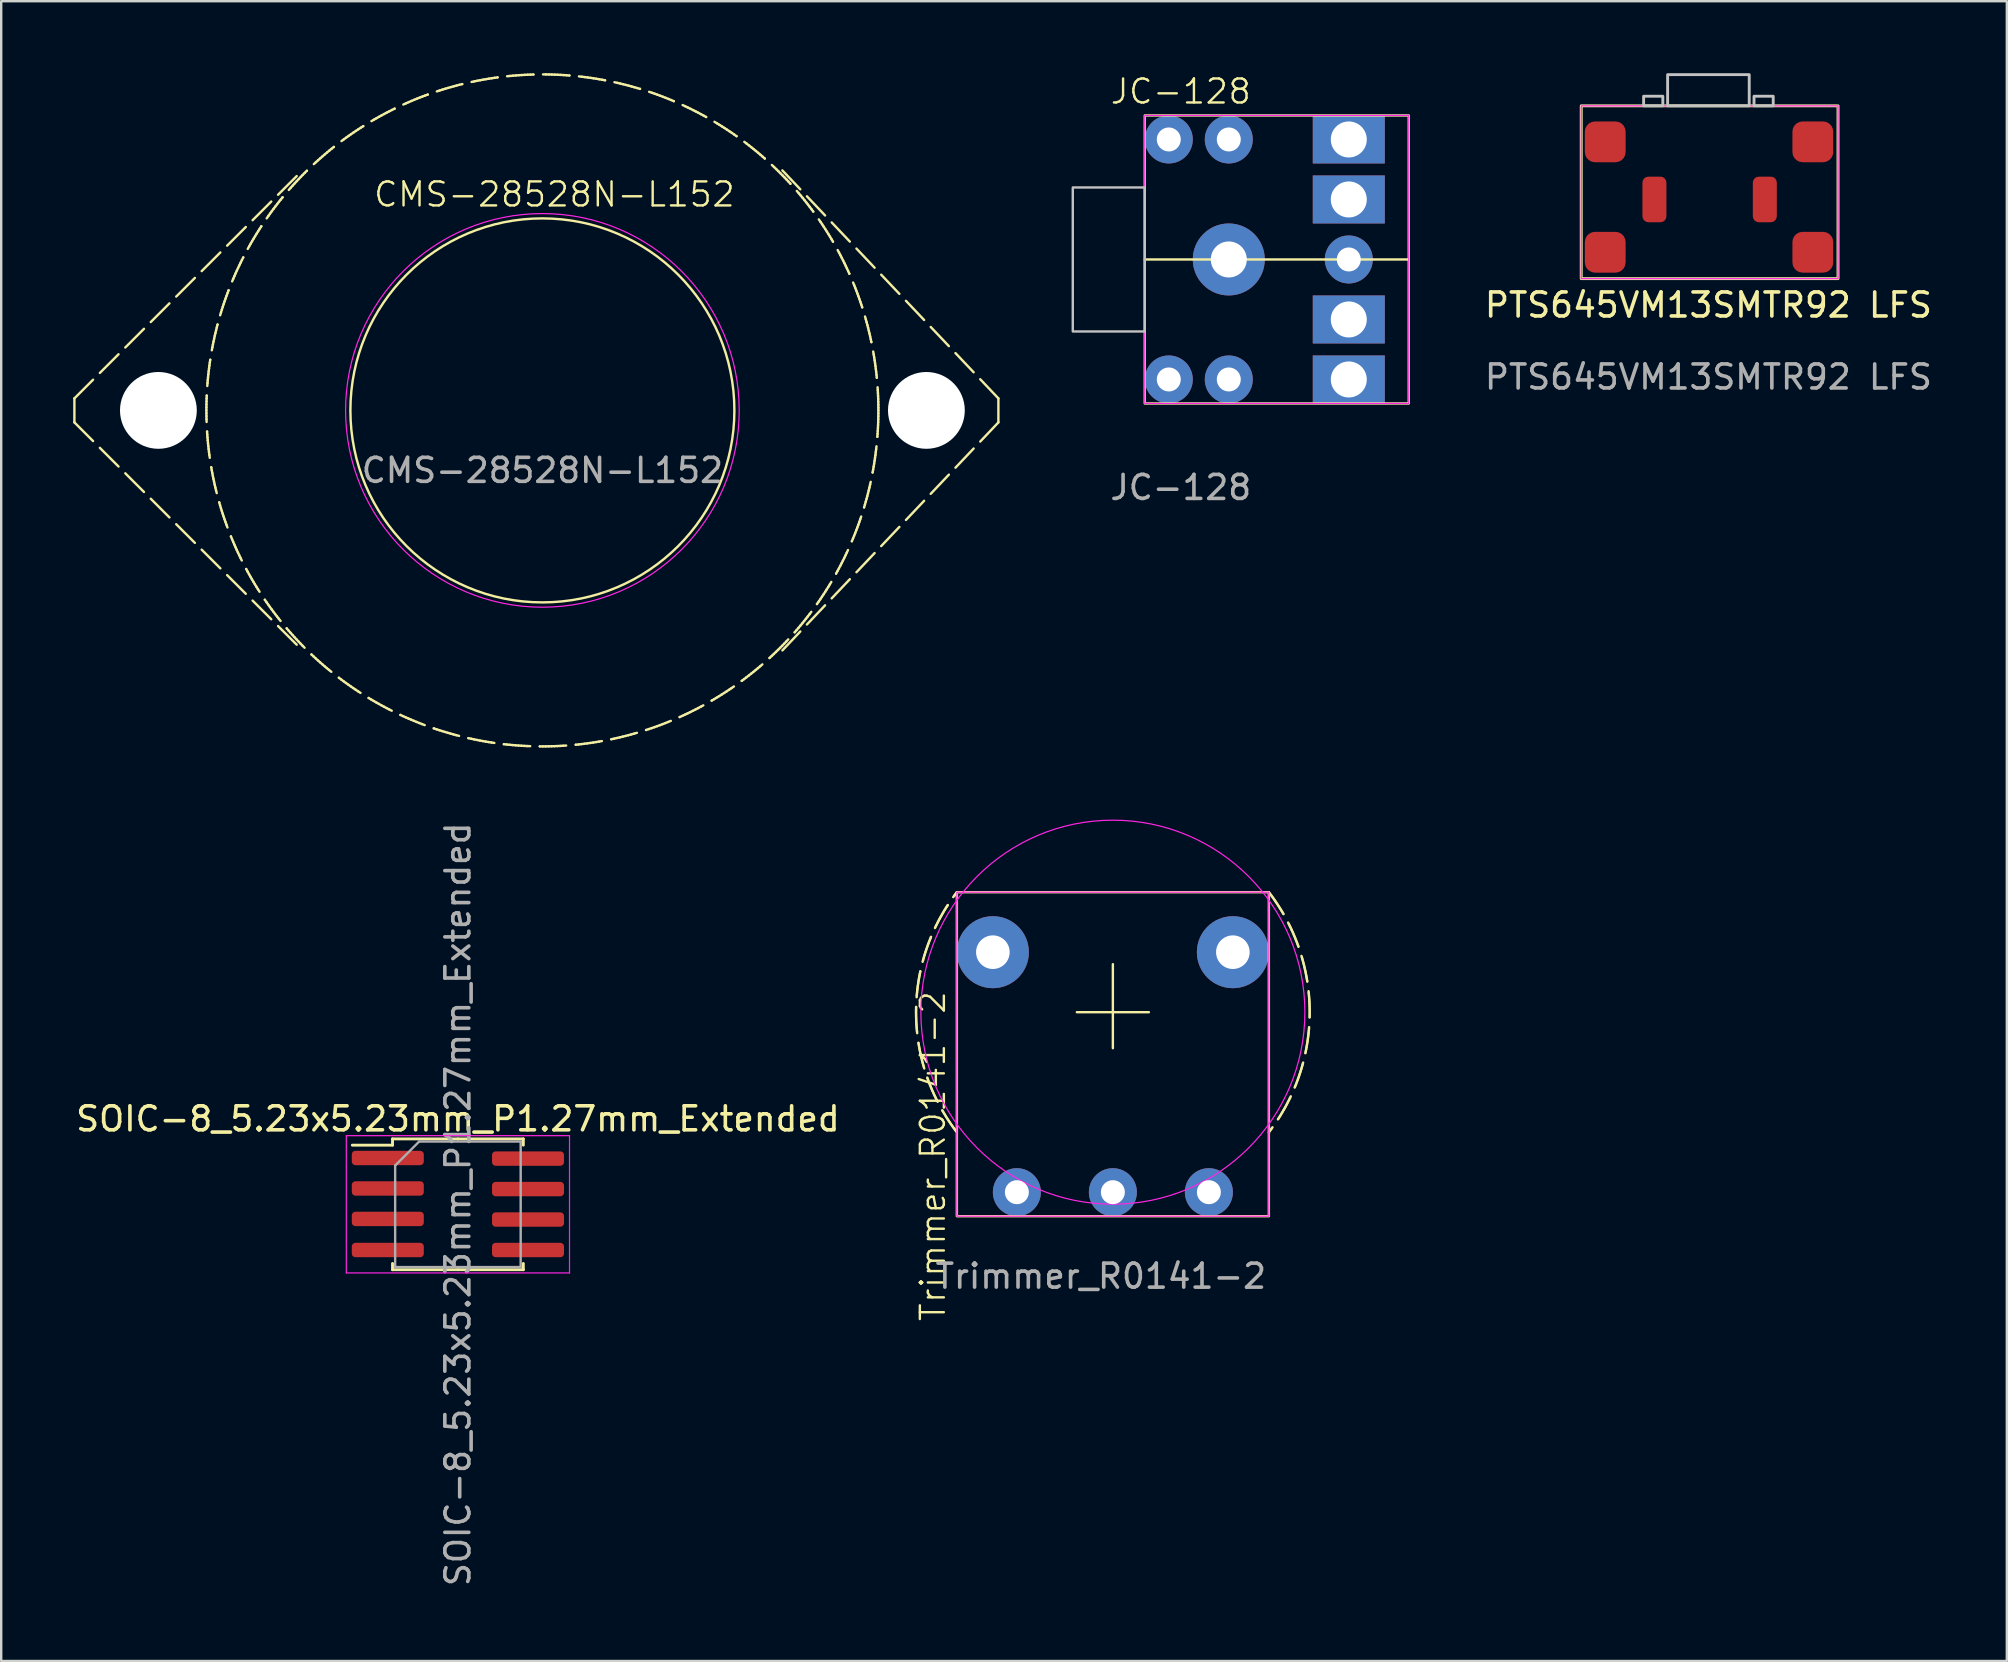
<source format=kicad_pcb>
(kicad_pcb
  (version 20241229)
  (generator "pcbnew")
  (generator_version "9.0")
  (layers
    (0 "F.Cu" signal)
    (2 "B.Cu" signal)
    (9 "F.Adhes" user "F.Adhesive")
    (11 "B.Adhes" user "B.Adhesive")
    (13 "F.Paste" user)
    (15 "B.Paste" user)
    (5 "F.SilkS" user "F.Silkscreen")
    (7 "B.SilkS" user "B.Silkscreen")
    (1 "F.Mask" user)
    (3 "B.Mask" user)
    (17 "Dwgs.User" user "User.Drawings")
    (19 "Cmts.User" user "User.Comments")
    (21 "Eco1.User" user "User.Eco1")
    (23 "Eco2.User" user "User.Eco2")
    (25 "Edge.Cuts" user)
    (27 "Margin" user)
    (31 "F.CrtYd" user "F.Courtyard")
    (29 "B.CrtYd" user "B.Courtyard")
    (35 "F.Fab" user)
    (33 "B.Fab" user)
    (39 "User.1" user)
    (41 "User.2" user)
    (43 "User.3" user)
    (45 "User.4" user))
  (footprint "Trimmer_R0141-2"
    (layer "F.Cu")
    (at 43.32 39.125)
    (property "Reference" "Trimmer_R0141-2" (at -7.5 6 90) (unlocked yes) (layer "F.SilkS") (effects (font (size 1 1) (thickness 0.1))))
    (attr through_hole)
    (fp_line (start -1.5 0) (end 1.5 0) (stroke (width 0.1) (type default)) (layer "F.SilkS"))
    (fp_line (start 0 -2) (end 0 1.5) (stroke (width 0.1) (type default)) (layer "F.SilkS"))
    (fp_rect (start -6.5 -5) (end 6.5 8.5) (stroke (width 0.1) (type default)) (fill no) (layer "F.SilkS"))
    (fp_arc (start -6.499999 5) (mid -8.200609 0) (end -6.499999 -5) (stroke (width 0.1) (type dash)) (layer "F.SilkS"))
    (fp_arc (start 6.499999 -5) (mid 8.200609 0) (end 6.499999 5) (stroke (width 0.1) (type dash)) (layer "F.SilkS"))
    (fp_rect (start -6.5 -5) (end 6.5 8.5) (stroke (width 0.05) (type default)) (fill no) (layer "F.CrtYd"))
    (fp_circle (center 0 0) (end 8 0) (stroke (width 0.05) (type default)) (fill no) (layer "F.CrtYd"))
    (fp_text user "${REFERENCE}" (at -0.5 11 0) (unlocked yes) (layer "F.Fab") (effects (font (size 1 1) (thickness 0.15))))
    (pad "1" thru_hole circle (at -4 7.5) (size 2 2) (drill 1) (layers "*.Cu" "*.Mask"))
    (pad "2" thru_hole circle (at 0 7.5) (size 2 2) (drill 1) (layers "*.Cu" "*.Mask"))
    (pad "3" thru_hole circle (at 4 7.5) (size 2 2) (drill 1) (layers "*.Cu" "*.Mask"))
    (pad "5" thru_hole circle (at -5 -2.5) (size 3 3) (drill 1.4) (layers "*.Cu" "*.Mask"))
    (pad "6" thru_hole circle (at 5 -2.5) (size 3 3) (drill 1.4) (layers "*.Cu" "*.Mask")))
  (footprint "SOIC-8_5.23x5.23mm_P1.27mm_Extended"
    (layer "F.Cu")
    (at 16.03 47.13)
    (property "Reference" "SOIC-8_5.23x5.23mm_P1.27mm_Extended" (at 0 -3.56 0) (layer "F.SilkS") (effects (font (size 1 1) (thickness 0.15))))
    (attr smd)
    (fp_line (start -2.725 -2.725) (end -2.725 -2.465) (stroke (width 0.12) (type solid)) (layer "F.SilkS"))
    (fp_line (start -2.725 -2.465) (end -4.4 -2.465) (stroke (width 0.12) (type solid)) (layer "F.SilkS"))
    (fp_line (start -2.725 2.725) (end -2.725 2.465) (stroke (width 0.12) (type solid)) (layer "F.SilkS"))
    (fp_line (start 0 -2.725) (end -2.725 -2.725) (stroke (width 0.12) (type solid)) (layer "F.SilkS"))
    (fp_line (start 0 -2.725) (end 2.725 -2.725) (stroke (width 0.12) (type solid)) (layer "F.SilkS"))
    (fp_line (start 0 2.725) (end -2.725 2.725) (stroke (width 0.12) (type solid)) (layer "F.SilkS"))
    (fp_line (start 0 2.725) (end 2.725 2.725) (stroke (width 0.12) (type solid)) (layer "F.SilkS"))
    (fp_line (start 2.725 -2.725) (end 2.725 -2.465) (stroke (width 0.12) (type solid)) (layer "F.SilkS"))
    (fp_line (start 2.725 2.725) (end 2.725 2.465) (stroke (width 0.12) (type solid)) (layer "F.SilkS"))
    (fp_line (start -4.65 -2.86) (end -4.65 2.86) (stroke (width 0.05) (type solid)) (layer "F.CrtYd"))
    (fp_line (start -4.65 2.86) (end 4.65 2.86) (stroke (width 0.05) (type solid)) (layer "F.CrtYd"))
    (fp_line (start 4.65 -2.86) (end -4.65 -2.86) (stroke (width 0.05) (type solid)) (layer "F.CrtYd"))
    (fp_line (start 4.65 2.86) (end 4.65 -2.86) (stroke (width 0.05) (type solid)) (layer "F.CrtYd"))
    (fp_line (start -2.615 -1.615) (end -1.615 -2.615) (stroke (width 0.1) (type solid)) (layer "F.Fab"))
    (fp_line (start -2.615 2.615) (end -2.615 -1.615) (stroke (width 0.1) (type solid)) (layer "F.Fab"))
    (fp_line (start -1.615 -2.615) (end 2.615 -2.615) (stroke (width 0.1) (type solid)) (layer "F.Fab"))
    (fp_line (start 2.615 -2.615) (end 2.615 2.615) (stroke (width 0.1) (type solid)) (layer "F.Fab"))
    (fp_line (start 2.615 2.615) (end -2.615 2.615) (stroke (width 0.1) (type solid)) (layer "F.Fab"))
    (fp_text user "${REFERENCE}" (at 0 0 90) (layer "F.Fab") (effects (font (size 1 1) (thickness 0.15))))
    (pad "1" smd roundrect (at -2.921 -1.93) (size 3 0.6) (layers "F.Cu" "F.Mask" "F.Paste") (roundrect_rratio 0.25))
    (pad "2" smd roundrect (at -2.921 -0.66) (size 3 0.6) (layers "F.Cu" "F.Mask" "F.Paste") (roundrect_rratio 0.25))
    (pad "3" smd roundrect (at -2.921 0.61) (size 3 0.6) (layers "F.Cu" "F.Mask" "F.Paste") (roundrect_rratio 0.25))
    (pad "4" smd roundrect (at -2.921 1.905) (size 3 0.6) (layers "F.Cu" "F.Mask" "F.Paste") (roundrect_rratio 0.25))
    (pad "5" smd roundrect (at 2.921 1.905) (size 3 0.6) (layers "F.Cu" "F.Mask" "F.Paste") (roundrect_rratio 0.25))
    (pad "6" smd roundrect (at 2.921 0.635) (size 3 0.6) (layers "F.Cu" "F.Mask" "F.Paste") (roundrect_rratio 0.25))
    (pad "7" smd roundrect (at 2.921 -0.635) (size 3 0.6) (layers "F.Cu" "F.Mask" "F.Paste") (roundrect_rratio 0.25))
    (pad "8" smd roundrect (at 2.921 -1.905) (size 3 0.6) (layers "F.Cu" "F.Mask" "F.Paste") (roundrect_rratio 0.25)))
  (footprint "PTS645VM13SMTR92 LFS"
    (layer "F.Cu")
    (at 68.135 1.36)
    (property "Reference" "PTS645VM13SMTR92 LFS" (at 0 8.3 0) (unlocked yes) (layer "F.SilkS") (effects (font (size 1 1) (thickness 0.15))))
    (attr smd)
    (fp_rect (start -5.3 0) (end 5.4 7.2) (stroke (width 0.12) (type solid)) (fill no) (layer "F.SilkS"))
    (fp_rect (start -2.7 0) (end -1.9 -0.4) (stroke (width 0.12) (type solid)) (fill no) (layer "Dwgs.User"))
    (fp_rect (start -1.7 0) (end 1.7 -1.3) (stroke (width 0.12) (type solid)) (fill no) (layer "Dwgs.User"))
    (fp_rect (start 1.9 0) (end 2.7 -0.4) (stroke (width 0.12) (type solid)) (fill no) (layer "Dwgs.User"))
    (fp_rect (start -5.3 0) (end 5.4 7.2) (stroke (width 0.05) (type solid)) (fill no) (layer "F.CrtYd"))
    (fp_text user "${REFERENCE}" (at 0 11.3 0) (unlocked yes) (layer "F.Fab") (effects (font (size 1 1) (thickness 0.15))))
    (pad "1" smd roundrect (at -2.25 3.9) (size 1 1.9) (layers "F.Cu" "F.Mask" "F.Paste") (roundrect_rratio 0.25))
    (pad "2" smd roundrect (at 2.35 3.9) (size 1 1.9) (layers "F.Cu" "F.Mask" "F.Paste") (roundrect_rratio 0.25))
    (pad "SH" smd roundrect (at -4.3 1.5) (size 1.7 1.7) (layers "F.Cu" "F.Mask" "F.Paste") (roundrect_rratio 0.25))
    (pad "SH" smd roundrect (at -4.3 6.1) (size 1.7 1.7) (layers "F.Cu" "F.Mask" "F.Paste") (roundrect_rratio 0.25))
    (pad "SH" smd roundrect (at 4.35 1.5) (size 1.7 1.7) (layers "F.Cu" "F.Mask" "F.Paste") (roundrect_rratio 0.25))
    (pad "SH" smd roundrect (at 4.35 6.1) (size 1.7 1.7) (layers "F.Cu" "F.Mask" "F.Paste") (roundrect_rratio 0.25)))
  (footprint "CMS-28528N-L152"
    (layer "F.Cu")
    (at 19.55 14.05)
    (property "Reference" "CMS-28528N-L152" (at 0.5 -9 0) (unlocked yes) (layer "F.SilkS") (effects (font (size 1 1) (thickness 0.1))))
    (attr through_hole)
    (fp_line (start -19.5 -0.5) (end -19.5 0.5) (stroke (width 0.1) (type default)) (layer "F.SilkS"))
    (fp_line (start -19.5 -0.5) (end -10 -10) (stroke (width 0.1) (type dash)) (layer "F.SilkS"))
    (fp_line (start -19.5 0.5) (end -10 10) (stroke (width 0.1) (type dash)) (layer "F.SilkS"))
    (fp_line (start 19 -0.5) (end 10 -10) (stroke (width 0.1) (type dash)) (layer "F.SilkS"))
    (fp_line (start 19 -0.5) (end 19 0.5) (stroke (width 0.1) (type default)) (layer "F.SilkS"))
    (fp_line (start 19 0.5) (end 10 10) (stroke (width 0.1) (type dash)) (layer "F.SilkS"))
    (fp_circle (center 0 0) (end 8 0) (stroke (width 0.1) (type default)) (fill no) (layer "F.SilkS"))
    (fp_circle (center 0 0) (end 14 0) (stroke (width 0.1) (type dash)) (fill no) (layer "F.SilkS"))
    (fp_circle (center 0 0) (end 6.5 -5) (stroke (width 0.05) (type default)) (fill no) (layer "F.CrtYd"))
    (fp_text user "${REFERENCE}" (at 0 2.5 0) (unlocked yes) (layer "F.Fab") (effects (font (size 1 1) (thickness 0.15))))
    (pad "" np_thru_hole circle (at -16 0) (size 3.2 3.2) (drill 3.2) (layers "*.Cu" "*.Mask"))
    (pad "" np_thru_hole circle (at 16 0) (size 3.2 3.2) (drill 3.2) (layers "*.Cu" "*.Mask")))
  (footprint "JC-128"
    (layer "F.Cu")
    (at 48.15 7.761)
    (property "Reference" "JC-128" (at -2 -7 0) (unlocked yes) (layer "F.SilkS") (effects (font (size 1 1) (thickness 0.1))))
    (attr through_hole)
    (fp_line (start -3.5 0) (end 7.5 0) (stroke (width 0.1) (type default)) (layer "F.SilkS"))
    (fp_rect (start -3.5 -6) (end 7.5 6) (stroke (width 0.1) (type default)) (fill no) (layer "F.SilkS"))
    (fp_rect (start -6.5 -3) (end -3.5 3) (stroke (width 0.1) (type default)) (fill no) (layer "Dwgs.User"))
    (fp_line (start -3.5 -6) (end -3.5 6) (stroke (width 0.1) (type default)) (layer "Margin"))
    (fp_rect (start -3.5 -6) (end 7.5 6) (stroke (width 0.05) (type default)) (fill no) (layer "F.CrtYd"))
    (fp_text user "${REFERENCE}" (at -2 9.5 0) (unlocked yes) (layer "F.Fab") (effects (font (size 1 1) (thickness 0.15))))
    (pad "1" thru_hole circle (at -2.5 -5) (size 2 2) (drill 1) (layers "*.Cu" "*.Mask"))
    (pad "1" thru_hole circle (at -2.5 5) (size 2 2) (drill 1) (layers "*.Cu" "*.Mask"))
    (pad "1" thru_hole circle (at 0 -5) (size 2 2) (drill 1) (layers "*.Cu" "*.Mask"))
    (pad "1" thru_hole circle (at 0 5) (size 2 2) (drill 1) (layers "*.Cu" "*.Mask"))
    (pad "G" thru_hole circle (at 5 0) (size 2 2) (drill 1) (layers "*.Cu" "*.Mask"))
    (pad "R" thru_hole rect (at 5 -5) (size 3 2) (drill 1.5) (layers "*.Cu" "*.Mask"))
    (pad "RN" thru_hole rect (at 5 -2.5) (size 3 2) (drill 1.5) (layers "*.Cu" "*.Mask"))
    (pad "S" thru_hole circle (at 0 0) (size 3 3) (drill 1.5) (layers "*.Cu" "*.Mask"))
    (pad "T" thru_hole rect (at 5 5) (size 3 2) (drill 1.5) (layers "*.Cu" "*.Mask"))
    (pad "TN" thru_hole rect (at 5 2.5) (size 3 2) (drill 1.5) (layers "*.Cu" "*.Mask")))
  (gr_rect
    (start -3 -3)
    (end 80.569 66.16)
    (stroke (width 0.1) (type default))
    (fill no)
    (layer "Edge.Cuts")))
</source>
